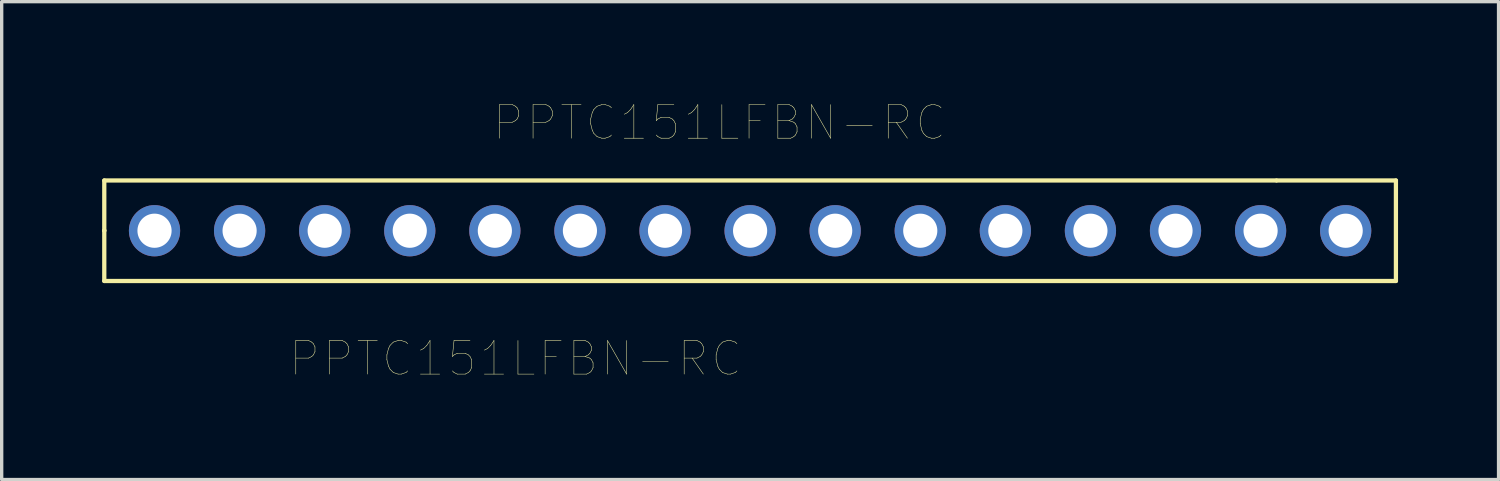
<source format=kicad_pcb>
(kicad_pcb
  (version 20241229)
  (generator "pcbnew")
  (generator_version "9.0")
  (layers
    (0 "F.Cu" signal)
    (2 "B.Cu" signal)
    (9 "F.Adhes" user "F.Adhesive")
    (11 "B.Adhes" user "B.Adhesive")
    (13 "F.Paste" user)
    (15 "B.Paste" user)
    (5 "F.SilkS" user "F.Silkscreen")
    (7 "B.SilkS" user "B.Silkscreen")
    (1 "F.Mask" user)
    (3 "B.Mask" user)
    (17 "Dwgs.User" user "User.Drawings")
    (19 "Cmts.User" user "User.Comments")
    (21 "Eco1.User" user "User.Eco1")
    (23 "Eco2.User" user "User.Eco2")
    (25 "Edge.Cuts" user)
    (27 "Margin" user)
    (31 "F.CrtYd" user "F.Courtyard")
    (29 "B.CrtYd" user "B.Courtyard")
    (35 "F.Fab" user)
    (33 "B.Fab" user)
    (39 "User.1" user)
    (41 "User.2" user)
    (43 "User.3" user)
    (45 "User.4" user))
  (footprint "PPTC151LFBN-RC"
    (layer "F.Cu")
    (at 1.563 3.838)
    (property "Reference" "PPTC151LFBN-RC" (at 16.865 -3.225 0) (layer "F.SilkS") (effects (font (size 1.003 1.003) (thickness 0.015))))
    (attr through_hole)
    (fp_line (start -1.5 -1.5) (end 33.49 -1.5) (stroke (width 0.127) (type solid)) (layer "F.SilkS"))
    (fp_line (start -1.5 -0.01) (end -1.5 -1.5) (stroke (width 0.127) (type solid)) (layer "F.SilkS"))
    (fp_line (start -1.5 0) (end -1.5 -0.01) (stroke (width 0.127) (type solid)) (layer "F.SilkS"))
    (fp_line (start -1.5 1.5) (end -1.5 0) (stroke (width 0.127) (type solid)) (layer "F.SilkS"))
    (fp_line (start 33.5 -1.5) (end 37.06 -1.5) (stroke (width 0.127) (type solid)) (layer "F.SilkS"))
    (fp_line (start 37.06 -1.5) (end 37.06 1.5) (stroke (width 0.127) (type solid)) (layer "F.SilkS"))
    (fp_line (start 37.06 1.5) (end -1.5 1.5) (stroke (width 0.127) (type solid)) (layer "F.SilkS"))
    (fp_text user "PPTC151LFBN-RC" (at 10.778 3.817 0) (layer "F.SilkS") (effects (font (size 1.002 1.002) (thickness 0.015))))
    (pad "P$1" thru_hole circle (at 0 0) (size 1.53 1.53) (drill 1.02) (layers "*.Cu" "*.Mask"))
    (pad "P$2" thru_hole circle (at 2.54 0) (size 1.53 1.53) (drill 1.02) (layers "*.Cu" "*.Mask"))
    (pad "P$3" thru_hole circle (at 5.08 0) (size 1.53 1.53) (drill 1.02) (layers "*.Cu" "*.Mask"))
    (pad "P$4" thru_hole circle (at 7.62 0) (size 1.53 1.53) (drill 1.02) (layers "*.Cu" "*.Mask"))
    (pad "P$5" thru_hole circle (at 10.16 0) (size 1.53 1.53) (drill 1.02) (layers "*.Cu" "*.Mask"))
    (pad "P$6" thru_hole circle (at 12.7 0) (size 1.53 1.53) (drill 1.02) (layers "*.Cu" "*.Mask"))
    (pad "P$7" thru_hole circle (at 15.24 0) (size 1.53 1.53) (drill 1.02) (layers "*.Cu" "*.Mask"))
    (pad "P$8" thru_hole circle (at 17.78 0) (size 1.53 1.53) (drill 1.02) (layers "*.Cu" "*.Mask"))
    (pad "P$9" thru_hole circle (at 20.32 0) (size 1.53 1.53) (drill 1.02) (layers "*.Cu" "*.Mask"))
    (pad "P$10" thru_hole circle (at 22.86 0) (size 1.53 1.53) (drill 1.02) (layers "*.Cu" "*.Mask"))
    (pad "P$11" thru_hole circle (at 25.4 0) (size 1.53 1.53) (drill 1.02) (layers "*.Cu" "*.Mask"))
    (pad "P$12" thru_hole circle (at 27.94 0) (size 1.53 1.53) (drill 1.02) (layers "*.Cu" "*.Mask"))
    (pad "P$13" thru_hole circle (at 30.48 0) (size 1.53 1.53) (drill 1.02) (layers "*.Cu" "*.Mask"))
    (pad "P$14" thru_hole circle (at 33.02 0) (size 1.53 1.53) (drill 1.02) (layers "*.Cu" "*.Mask"))
    (pad "P$15" thru_hole circle (at 35.56 0) (size 1.53 1.53) (drill 1.02) (layers "*.Cu" "*.Mask")))
  (gr_rect
    (start -3 -3)
    (end 41.687 11.267)
    (stroke (width 0.1) (type default))
    (fill no)
    (layer "Edge.Cuts")))
</source>
